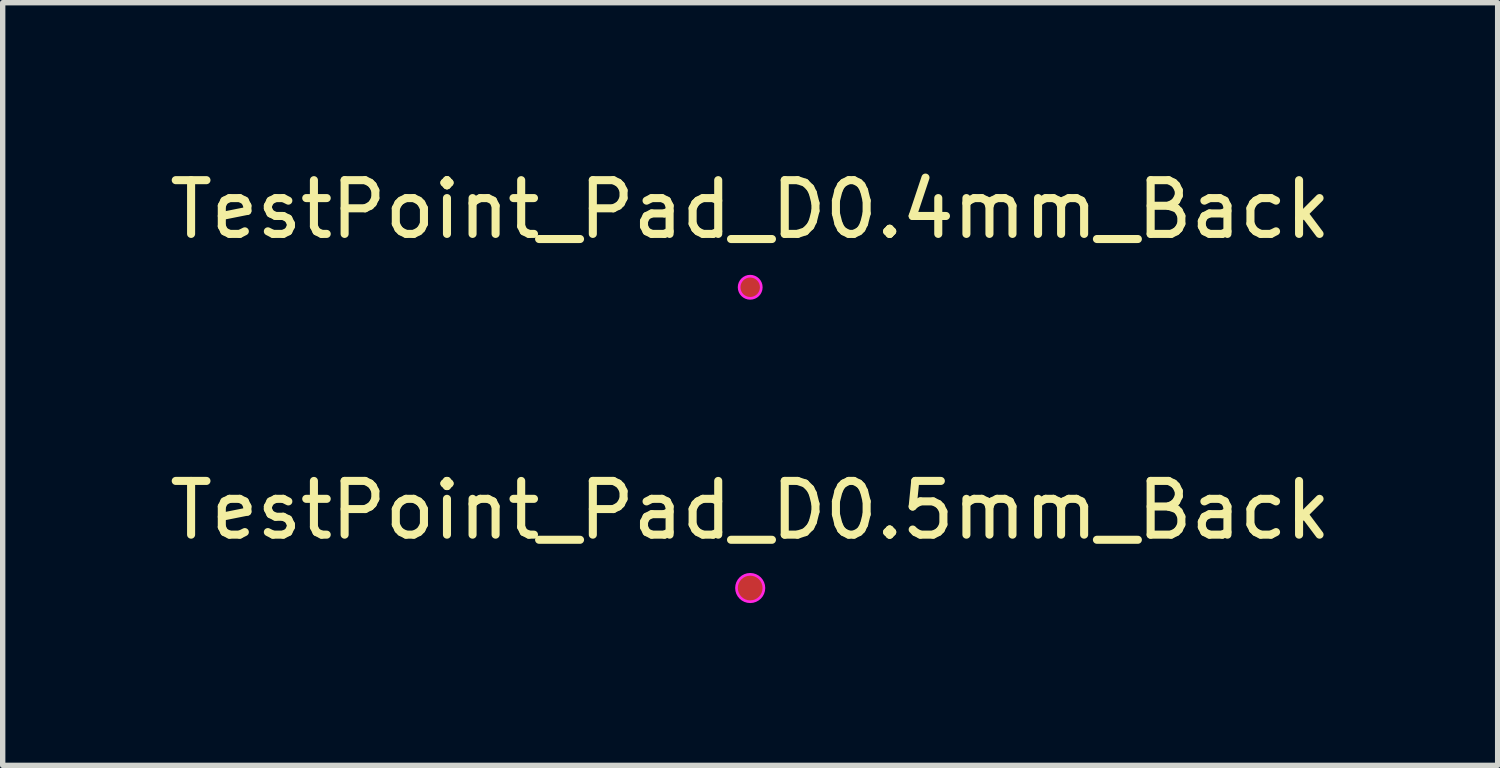
<source format=kicad_pcb>
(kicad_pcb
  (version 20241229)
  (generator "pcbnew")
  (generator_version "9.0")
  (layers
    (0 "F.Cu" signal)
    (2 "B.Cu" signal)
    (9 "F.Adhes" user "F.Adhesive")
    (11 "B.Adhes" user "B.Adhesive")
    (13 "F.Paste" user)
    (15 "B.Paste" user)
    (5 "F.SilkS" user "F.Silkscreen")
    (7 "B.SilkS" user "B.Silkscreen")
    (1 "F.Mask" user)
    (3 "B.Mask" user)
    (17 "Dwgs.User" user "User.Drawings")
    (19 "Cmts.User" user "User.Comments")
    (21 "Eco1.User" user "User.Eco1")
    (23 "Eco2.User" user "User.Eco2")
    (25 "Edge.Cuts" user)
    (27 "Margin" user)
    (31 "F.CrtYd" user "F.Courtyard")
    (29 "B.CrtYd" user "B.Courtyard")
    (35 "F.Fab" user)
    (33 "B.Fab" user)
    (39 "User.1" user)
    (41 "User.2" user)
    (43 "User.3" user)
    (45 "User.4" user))
  (footprint "TestPoint_Pad_D0.4mm_Back"
    (layer "F.Cu")
    (at 10.911 2.296)
    (property "Reference" "TestPoint_Pad_D0.4mm_Back" (at 0 -1.448 0) (layer "F.SilkS") (effects (font (size 1 1) (thickness 0.15))))
    (attr exclude_from_pos_files exclude_from_bom)
    (fp_circle (center 0 0) (end 0.2 -0.05) (stroke (width 0.05) (type solid)) (fill no) (layer "F.CrtYd"))
    (fp_circle (center 0 0) (end 0.25 0) (stroke (width 0.1) (type solid)) (fill no) (layer "User.3"))
    (fp_text user "${REFERENCE}" (at 0 -0.65 0) (layer "User.3") (effects (font (size 0.5 0.5) (thickness 0.1)) (justify mirror)))
    (pad "1" smd circle (at 0 0) (size 0.4 0.4) (property pad_prop_testpoint) (layers "F.Cu" "F.Mask")))
  (footprint "TestPoint_Pad_D0.5mm_Back"
    (layer "F.Cu")
    (at 10.911 7.893)
    (property "Reference" "TestPoint_Pad_D0.5mm_Back" (at 0 -1.448 0) (layer "F.SilkS") (effects (font (size 1 1) (thickness 0.15))))
    (attr exclude_from_pos_files exclude_from_bom)
    (fp_circle (center 0 0) (end 0.25 -0.05) (stroke (width 0.05) (type solid)) (fill no) (layer "F.CrtYd"))
    (fp_circle (center 0 0) (end 0.25 0) (stroke (width 0.1) (type solid)) (fill no) (layer "User.3"))
    (fp_text user "${REFERENCE}" (at 0 -0.65 0) (layer "User.3") (effects (font (size 0.5 0.5) (thickness 0.1)) (justify mirror)))
    (pad "1" smd circle (at 0 0) (size 0.5 0.5) (property pad_prop_testpoint) (layers "F.Cu" "F.Mask")))
  (gr_rect
    (start -3 -3)
    (end 24.821 11.193)
    (stroke (width 0.1) (type default))
    (fill no)
    (layer "Edge.Cuts")))
</source>
